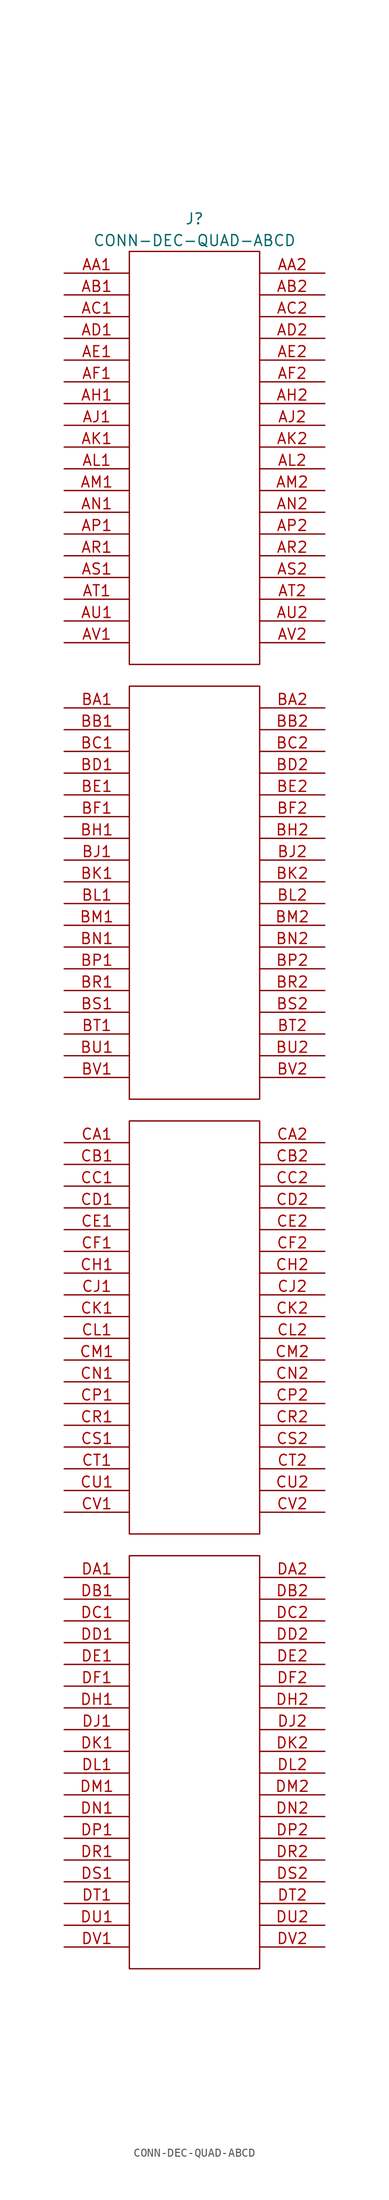
<source format=kicad_sym>
(kicad_symbol_lib
  (version 20231120)
  (generator "kicad_symbol_editor")
  (generator_version "8.0")
  (symbol "CONN-DEC-QUAD-ABCD"
    (pin_names
      (offset 1.016) hide)
    (property "Reference" "J"
      (at 0 26.67 0)
      (effects (font (size 1.27 1.27))))
    (property "Value" "CONN-DEC-QUAD-ABCD"
      (at 0 24.13 0)
      (effects (font (size 1.27 1.27))))
    (property "Footprint" ""
      (at -5.08 24.13 0)
      (effects (font (size 1.524 1.524))))
    (property "Datasheet" ""
      (at -5.08 24.13 0)
      (effects (font (size 1.524 1.524))))
    (symbol "CONN-DEC-QUAD-ABCD_0_0"
      (rectangle (start -7.62 -177.8) (end 7.62 -129.54) (stroke (width 0) (type solid)) (fill (type none)))
      (rectangle (start -7.62 -127) (end 7.62 -78.74) (stroke (width 0) (type solid)) (fill (type none)))
      (rectangle (start -7.62 -76.2) (end 7.62 -27.94) (stroke (width 0) (type solid)) (fill (type none)))
      (rectangle (start -7.62 -25.4) (end 7.62 22.86) (stroke (width 0) (type solid)) (fill (type none))))
    (symbol "CONN-DEC-QUAD-ABCD_1_1"
      (pin passive line (at -15.24 20.32 0) (length 7.62) (name "~" (effects (font (size 1.27 1.27)))) (number "AA1" (effects (font (size 1.27 1.27)))))
      (pin passive line (at 15.24 20.32 180) (length 7.62) (name "~" (effects (font (size 1.27 1.27)))) (number "AA2" (effects (font (size 1.27 1.27)))))
      (pin passive line (at -15.24 17.78 0) (length 7.62) (name "~" (effects (font (size 1.27 1.27)))) (number "AB1" (effects (font (size 1.27 1.27)))))
      (pin passive line (at 15.24 17.78 180) (length 7.62) (name "~" (effects (font (size 1.27 1.27)))) (number "AB2" (effects (font (size 1.27 1.27)))))
      (pin passive line (at -15.24 15.24 0) (length 7.62) (name "~" (effects (font (size 1.27 1.27)))) (number "AC1" (effects (font (size 1.27 1.27)))))
      (pin passive line (at 15.24 15.24 180) (length 7.62) (name "~" (effects (font (size 1.27 1.27)))) (number "AC2" (effects (font (size 1.27 1.27)))))
      (pin passive line (at -15.24 12.7 0) (length 7.62) (name "~" (effects (font (size 1.27 1.27)))) (number "AD1" (effects (font (size 1.27 1.27)))))
      (pin passive line (at 15.24 12.7 180) (length 7.62) (name "~" (effects (font (size 1.27 1.27)))) (number "AD2" (effects (font (size 1.27 1.27)))))
      (pin passive line (at -15.24 10.16 0) (length 7.62) (name "~" (effects (font (size 1.27 1.27)))) (number "AE1" (effects (font (size 1.27 1.27)))))
      (pin passive line (at 15.24 10.16 180) (length 7.62) (name "~" (effects (font (size 1.27 1.27)))) (number "AE2" (effects (font (size 1.27 1.27)))))
      (pin passive line (at -15.24 7.62 0) (length 7.62) (name "~" (effects (font (size 1.27 1.27)))) (number "AF1" (effects (font (size 1.27 1.27)))))
      (pin passive line (at 15.24 7.62 180) (length 7.62) (name "~" (effects (font (size 1.27 1.27)))) (number "AF2" (effects (font (size 1.27 1.27)))))
      (pin passive line (at -15.24 5.08 0) (length 7.62) (name "~" (effects (font (size 1.27 1.27)))) (number "AH1" (effects (font (size 1.27 1.27)))))
      (pin passive line (at 15.24 5.08 180) (length 7.62) (name "~" (effects (font (size 1.27 1.27)))) (number "AH2" (effects (font (size 1.27 1.27)))))
      (pin passive line (at -15.24 2.54 0) (length 7.62) (name "~" (effects (font (size 1.27 1.27)))) (number "AJ1" (effects (font (size 1.27 1.27)))))
      (pin input line (at 15.24 2.54 180) (length 7.62) (name "~" (effects (font (size 1.27 1.27)))) (number "AJ2" (effects (font (size 1.27 1.27)))))
      (pin passive line (at -15.24 0 0) (length 7.62) (name "~" (effects (font (size 1.27 1.27)))) (number "AK1" (effects (font (size 1.27 1.27)))))
      (pin passive line (at 15.24 0 180) (length 7.62) (name "~" (effects (font (size 1.27 1.27)))) (number "AK2" (effects (font (size 1.27 1.27)))))
      (pin passive line (at -15.24 -2.54 0) (length 7.62) (name "~" (effects (font (size 1.27 1.27)))) (number "AL1" (effects (font (size 1.27 1.27)))))
      (pin passive line (at 15.24 -2.54 180) (length 7.62) (name "~" (effects (font (size 1.27 1.27)))) (number "AL2" (effects (font (size 1.27 1.27)))))
      (pin passive line (at -15.24 -5.08 0) (length 7.62) (name "~" (effects (font (size 1.27 1.27)))) (number "AM1" (effects (font (size 1.27 1.27)))))
      (pin passive line (at 15.24 -5.08 180) (length 7.62) (name "~" (effects (font (size 1.27 1.27)))) (number "AM2" (effects (font (size 1.27 1.27)))))
      (pin passive line (at -15.24 -7.62 0) (length 7.62) (name "~" (effects (font (size 1.27 1.27)))) (number "AN1" (effects (font (size 1.27 1.27)))))
      (pin passive line (at 15.24 -7.62 180) (length 7.62) (name "~" (effects (font (size 1.27 1.27)))) (number "AN2" (effects (font (size 1.27 1.27)))))
      (pin passive line (at -15.24 -10.16 0) (length 7.62) (name "~" (effects (font (size 1.27 1.27)))) (number "AP1" (effects (font (size 1.27 1.27)))))
      (pin passive line (at 15.24 -10.16 180) (length 7.62) (name "~" (effects (font (size 1.27 1.27)))) (number "AP2" (effects (font (size 1.27 1.27)))))
      (pin passive line (at -15.24 -12.7 0) (length 7.62) (name "~" (effects (font (size 1.27 1.27)))) (number "AR1" (effects (font (size 1.27 1.27)))))
      (pin passive line (at 15.24 -12.7 180) (length 7.62) (name "~" (effects (font (size 1.27 1.27)))) (number "AR2" (effects (font (size 1.27 1.27)))))
      (pin passive line (at -15.24 -15.24 0) (length 7.62) (name "~" (effects (font (size 1.27 1.27)))) (number "AS1" (effects (font (size 1.27 1.27)))))
      (pin passive line (at 15.24 -15.24 180) (length 7.62) (name "~" (effects (font (size 1.27 1.27)))) (number "AS2" (effects (font (size 1.27 1.27)))))
      (pin passive line (at -15.24 -17.78 0) (length 7.62) (name "~" (effects (font (size 1.27 1.27)))) (number "AT1" (effects (font (size 1.27 1.27)))))
      (pin passive line (at 15.24 -17.78 180) (length 7.62) (name "~" (effects (font (size 1.27 1.27)))) (number "AT2" (effects (font (size 1.27 1.27)))))
      (pin passive line (at -15.24 -20.32 0) (length 7.62) (name "~" (effects (font (size 1.27 1.27)))) (number "AU1" (effects (font (size 1.27 1.27)))))
      (pin passive line (at 15.24 -20.32 180) (length 7.62) (name "~" (effects (font (size 1.27 1.27)))) (number "AU2" (effects (font (size 1.27 1.27)))))
      (pin passive line (at -15.24 -22.86 0) (length 7.62) (name "~" (effects (font (size 1.27 1.27)))) (number "AV1" (effects (font (size 1.27 1.27)))))
      (pin passive line (at 15.24 -22.86 180) (length 7.62) (name "~" (effects (font (size 1.27 1.27)))) (number "AV2" (effects (font (size 1.27 1.27)))))
      (pin passive line (at -15.24 -30.48 0) (length 7.62) (name "~" (effects (font (size 1.27 1.27)))) (number "BA1" (effects (font (size 1.27 1.27)))))
      (pin passive line (at 15.24 -30.48 180) (length 7.62) (name "~" (effects (font (size 1.27 1.27)))) (number "BA2" (effects (font (size 1.27 1.27)))))
      (pin passive line (at -15.24 -33.02 0) (length 7.62) (name "~" (effects (font (size 1.27 1.27)))) (number "BB1" (effects (font (size 1.27 1.27)))))
      (pin passive line (at 15.24 -33.02 180) (length 7.62) (name "~" (effects (font (size 1.27 1.27)))) (number "BB2" (effects (font (size 1.27 1.27)))))
      (pin passive line (at -15.24 -35.56 0) (length 7.62) (name "~" (effects (font (size 1.27 1.27)))) (number "BC1" (effects (font (size 1.27 1.27)))))
      (pin passive line (at 15.24 -35.56 180) (length 7.62) (name "~" (effects (font (size 1.27 1.27)))) (number "BC2" (effects (font (size 1.27 1.27)))))
      (pin passive line (at -15.24 -38.1 0) (length 7.62) (name "~" (effects (font (size 1.27 1.27)))) (number "BD1" (effects (font (size 1.27 1.27)))))
      (pin passive line (at 15.24 -38.1 180) (length 7.62) (name "~" (effects (font (size 1.27 1.27)))) (number "BD2" (effects (font (size 1.27 1.27)))))
      (pin passive line (at -15.24 -40.64 0) (length 7.62) (name "~" (effects (font (size 1.27 1.27)))) (number "BE1" (effects (font (size 1.27 1.27)))))
      (pin passive line (at 15.24 -40.64 180) (length 7.62) (name "~" (effects (font (size 1.27 1.27)))) (number "BE2" (effects (font (size 1.27 1.27)))))
      (pin passive line (at -15.24 -43.18 0) (length 7.62) (name "~" (effects (font (size 1.27 1.27)))) (number "BF1" (effects (font (size 1.27 1.27)))))
      (pin passive line (at 15.24 -43.18 180) (length 7.62) (name "~" (effects (font (size 1.27 1.27)))) (number "BF2" (effects (font (size 1.27 1.27)))))
      (pin passive line (at -15.24 -45.72 0) (length 7.62) (name "~" (effects (font (size 1.27 1.27)))) (number "BH1" (effects (font (size 1.27 1.27)))))
      (pin passive line (at 15.24 -45.72 180) (length 7.62) (name "~" (effects (font (size 1.27 1.27)))) (number "BH2" (effects (font (size 1.27 1.27)))))
      (pin passive line (at -15.24 -48.26 0) (length 7.62) (name "~" (effects (font (size 1.27 1.27)))) (number "BJ1" (effects (font (size 1.27 1.27)))))
      (pin passive line (at 15.24 -48.26 180) (length 7.62) (name "~" (effects (font (size 1.27 1.27)))) (number "BJ2" (effects (font (size 1.27 1.27)))))
      (pin passive line (at -15.24 -50.8 0) (length 7.62) (name "~" (effects (font (size 1.27 1.27)))) (number "BK1" (effects (font (size 1.27 1.27)))))
      (pin passive line (at 15.24 -50.8 180) (length 7.62) (name "~" (effects (font (size 1.27 1.27)))) (number "BK2" (effects (font (size 1.27 1.27)))))
      (pin passive line (at -15.24 -53.34 0) (length 7.62) (name "~" (effects (font (size 1.27 1.27)))) (number "BL1" (effects (font (size 1.27 1.27)))))
      (pin passive line (at 15.24 -53.34 180) (length 7.62) (name "~" (effects (font (size 1.27 1.27)))) (number "BL2" (effects (font (size 1.27 1.27)))))
      (pin passive line (at -15.24 -55.88 0) (length 7.62) (name "~" (effects (font (size 1.27 1.27)))) (number "BM1" (effects (font (size 1.27 1.27)))))
      (pin passive line (at 15.24 -55.88 180) (length 7.62) (name "~" (effects (font (size 1.27 1.27)))) (number "BM2" (effects (font (size 1.27 1.27)))))
      (pin passive line (at -15.24 -58.42 0) (length 7.62) (name "~" (effects (font (size 1.27 1.27)))) (number "BN1" (effects (font (size 1.27 1.27)))))
      (pin passive line (at 15.24 -58.42 180) (length 7.62) (name "~" (effects (font (size 1.27 1.27)))) (number "BN2" (effects (font (size 1.27 1.27)))))
      (pin passive line (at -15.24 -60.96 0) (length 7.62) (name "~" (effects (font (size 1.27 1.27)))) (number "BP1" (effects (font (size 1.27 1.27)))))
      (pin passive line (at 15.24 -60.96 180) (length 7.62) (name "~" (effects (font (size 1.27 1.27)))) (number "BP2" (effects (font (size 1.27 1.27)))))
      (pin passive line (at -15.24 -63.5 0) (length 7.62) (name "~" (effects (font (size 1.27 1.27)))) (number "BR1" (effects (font (size 1.27 1.27)))))
      (pin passive line (at 15.24 -63.5 180) (length 7.62) (name "~" (effects (font (size 1.27 1.27)))) (number "BR2" (effects (font (size 1.27 1.27)))))
      (pin passive line (at -15.24 -66.04 0) (length 7.62) (name "~" (effects (font (size 1.27 1.27)))) (number "BS1" (effects (font (size 1.27 1.27)))))
      (pin passive line (at 15.24 -66.04 180) (length 7.62) (name "~" (effects (font (size 1.27 1.27)))) (number "BS2" (effects (font (size 1.27 1.27)))))
      (pin passive line (at -15.24 -68.58 0) (length 7.62) (name "~" (effects (font (size 1.27 1.27)))) (number "BT1" (effects (font (size 1.27 1.27)))))
      (pin passive line (at 15.24 -68.58 180) (length 7.62) (name "~" (effects (font (size 1.27 1.27)))) (number "BT2" (effects (font (size 1.27 1.27)))))
      (pin passive line (at -15.24 -71.12 0) (length 7.62) (name "~" (effects (font (size 1.27 1.27)))) (number "BU1" (effects (font (size 1.27 1.27)))))
      (pin passive line (at 15.24 -71.12 180) (length 7.62) (name "~" (effects (font (size 1.27 1.27)))) (number "BU2" (effects (font (size 1.27 1.27)))))
      (pin passive line (at -15.24 -73.66 0) (length 7.62) (name "~" (effects (font (size 1.27 1.27)))) (number "BV1" (effects (font (size 1.27 1.27)))))
      (pin open_collector line (at 15.24 -73.66 180) (length 7.62) (name "~" (effects (font (size 1.27 1.27)))) (number "BV2" (effects (font (size 1.27 1.27)))))
      (pin passive line (at -15.24 -81.28 0) (length 7.62) (name "~" (effects (font (size 1.27 1.27)))) (number "CA1" (effects (font (size 1.27 1.27)))))
      (pin passive line (at 15.24 -81.28 180) (length 7.62) (name "~" (effects (font (size 1.27 1.27)))) (number "CA2" (effects (font (size 1.27 1.27)))))
      (pin passive line (at -15.24 -83.82 0) (length 7.62) (name "~" (effects (font (size 1.27 1.27)))) (number "CB1" (effects (font (size 1.27 1.27)))))
      (pin passive line (at 15.24 -83.82 180) (length 7.62) (name "~" (effects (font (size 1.27 1.27)))) (number "CB2" (effects (font (size 1.27 1.27)))))
      (pin passive line (at -15.24 -86.36 0) (length 7.62) (name "~" (effects (font (size 1.27 1.27)))) (number "CC1" (effects (font (size 1.27 1.27)))))
      (pin passive line (at 15.24 -86.36 180) (length 7.62) (name "~" (effects (font (size 1.27 1.27)))) (number "CC2" (effects (font (size 1.27 1.27)))))
      (pin passive line (at -15.24 -88.9 0) (length 7.62) (name "~" (effects (font (size 1.27 1.27)))) (number "CD1" (effects (font (size 1.27 1.27)))))
      (pin passive line (at 15.24 -88.9 180) (length 7.62) (name "~" (effects (font (size 1.27 1.27)))) (number "CD2" (effects (font (size 1.27 1.27)))))
      (pin passive line (at -15.24 -91.44 0) (length 7.62) (name "~" (effects (font (size 1.27 1.27)))) (number "CE1" (effects (font (size 1.27 1.27)))))
      (pin passive line (at 15.24 -91.44 180) (length 7.62) (name "~" (effects (font (size 1.27 1.27)))) (number "CE2" (effects (font (size 1.27 1.27)))))
      (pin passive line (at -15.24 -93.98 0) (length 7.62) (name "~" (effects (font (size 1.27 1.27)))) (number "CF1" (effects (font (size 1.27 1.27)))))
      (pin passive line (at 15.24 -93.98 180) (length 7.62) (name "~" (effects (font (size 1.27 1.27)))) (number "CF2" (effects (font (size 1.27 1.27)))))
      (pin passive line (at -15.24 -96.52 0) (length 7.62) (name "~" (effects (font (size 1.27 1.27)))) (number "CH1" (effects (font (size 1.27 1.27)))))
      (pin passive line (at 15.24 -96.52 180) (length 7.62) (name "~" (effects (font (size 1.27 1.27)))) (number "CH2" (effects (font (size 1.27 1.27)))))
      (pin passive line (at -15.24 -99.06 0) (length 7.62) (name "~" (effects (font (size 1.27 1.27)))) (number "CJ1" (effects (font (size 1.27 1.27)))))
      (pin input line (at 15.24 -99.06 180) (length 7.62) (name "~" (effects (font (size 1.27 1.27)))) (number "CJ2" (effects (font (size 1.27 1.27)))))
      (pin passive line (at -15.24 -101.6 0) (length 7.62) (name "~" (effects (font (size 1.27 1.27)))) (number "CK1" (effects (font (size 1.27 1.27)))))
      (pin passive line (at 15.24 -101.6 180) (length 7.62) (name "~" (effects (font (size 1.27 1.27)))) (number "CK2" (effects (font (size 1.27 1.27)))))
      (pin passive line (at -15.24 -104.14 0) (length 7.62) (name "~" (effects (font (size 1.27 1.27)))) (number "CL1" (effects (font (size 1.27 1.27)))))
      (pin passive line (at 15.24 -104.14 180) (length 7.62) (name "~" (effects (font (size 1.27 1.27)))) (number "CL2" (effects (font (size 1.27 1.27)))))
      (pin passive line (at -15.24 -106.68 0) (length 7.62) (name "~" (effects (font (size 1.27 1.27)))) (number "CM1" (effects (font (size 1.27 1.27)))))
      (pin passive line (at 15.24 -106.68 180) (length 7.62) (name "~" (effects (font (size 1.27 1.27)))) (number "CM2" (effects (font (size 1.27 1.27)))))
      (pin passive line (at -15.24 -109.22 0) (length 7.62) (name "~" (effects (font (size 1.27 1.27)))) (number "CN1" (effects (font (size 1.27 1.27)))))
      (pin passive line (at 15.24 -109.22 180) (length 7.62) (name "~" (effects (font (size 1.27 1.27)))) (number "CN2" (effects (font (size 1.27 1.27)))))
      (pin passive line (at -15.24 -111.76 0) (length 7.62) (name "~" (effects (font (size 1.27 1.27)))) (number "CP1" (effects (font (size 1.27 1.27)))))
      (pin passive line (at 15.24 -111.76 180) (length 7.62) (name "~" (effects (font (size 1.27 1.27)))) (number "CP2" (effects (font (size 1.27 1.27)))))
      (pin passive line (at -15.24 -114.3 0) (length 7.62) (name "~" (effects (font (size 1.27 1.27)))) (number "CR1" (effects (font (size 1.27 1.27)))))
      (pin passive line (at 15.24 -114.3 180) (length 7.62) (name "~" (effects (font (size 1.27 1.27)))) (number "CR2" (effects (font (size 1.27 1.27)))))
      (pin passive line (at -15.24 -116.84 0) (length 7.62) (name "~" (effects (font (size 1.27 1.27)))) (number "CS1" (effects (font (size 1.27 1.27)))))
      (pin passive line (at 15.24 -116.84 180) (length 7.62) (name "~" (effects (font (size 1.27 1.27)))) (number "CS2" (effects (font (size 1.27 1.27)))))
      (pin passive line (at -15.24 -119.38 0) (length 7.62) (name "~" (effects (font (size 1.27 1.27)))) (number "CT1" (effects (font (size 1.27 1.27)))))
      (pin passive line (at 15.24 -119.38 180) (length 7.62) (name "~" (effects (font (size 1.27 1.27)))) (number "CT2" (effects (font (size 1.27 1.27)))))
      (pin passive line (at -15.24 -121.92 0) (length 7.62) (name "~" (effects (font (size 1.27 1.27)))) (number "CU1" (effects (font (size 1.27 1.27)))))
      (pin passive line (at 15.24 -121.92 180) (length 7.62) (name "~" (effects (font (size 1.27 1.27)))) (number "CU2" (effects (font (size 1.27 1.27)))))
      (pin passive line (at -15.24 -124.46 0) (length 7.62) (name "~" (effects (font (size 1.27 1.27)))) (number "CV1" (effects (font (size 1.27 1.27)))))
      (pin passive line (at 15.24 -124.46 180) (length 7.62) (name "~" (effects (font (size 1.27 1.27)))) (number "CV2" (effects (font (size 1.27 1.27)))))
      (pin passive line (at -15.24 -132.08 0) (length 7.62) (name "~" (effects (font (size 1.27 1.27)))) (number "DA1" (effects (font (size 1.27 1.27)))))
      (pin passive line (at 15.24 -132.08 180) (length 7.62) (name "~" (effects (font (size 1.27 1.27)))) (number "DA2" (effects (font (size 1.27 1.27)))))
      (pin passive line (at -15.24 -134.62 0) (length 7.62) (name "~" (effects (font (size 1.27 1.27)))) (number "DB1" (effects (font (size 1.27 1.27)))))
      (pin passive line (at 15.24 -134.62 180) (length 7.62) (name "~" (effects (font (size 1.27 1.27)))) (number "DB2" (effects (font (size 1.27 1.27)))))
      (pin passive line (at -15.24 -137.16 0) (length 7.62) (name "~" (effects (font (size 1.27 1.27)))) (number "DC1" (effects (font (size 1.27 1.27)))))
      (pin passive line (at 15.24 -137.16 180) (length 7.62) (name "~" (effects (font (size 1.27 1.27)))) (number "DC2" (effects (font (size 1.27 1.27)))))
      (pin passive line (at -15.24 -139.7 0) (length 7.62) (name "~" (effects (font (size 1.27 1.27)))) (number "DD1" (effects (font (size 1.27 1.27)))))
      (pin passive line (at 15.24 -139.7 180) (length 7.62) (name "~" (effects (font (size 1.27 1.27)))) (number "DD2" (effects (font (size 1.27 1.27)))))
      (pin passive line (at -15.24 -142.24 0) (length 7.62) (name "~" (effects (font (size 1.27 1.27)))) (number "DE1" (effects (font (size 1.27 1.27)))))
      (pin passive line (at 15.24 -142.24 180) (length 7.62) (name "~" (effects (font (size 1.27 1.27)))) (number "DE2" (effects (font (size 1.27 1.27)))))
      (pin passive line (at -15.24 -144.78 0) (length 7.62) (name "~" (effects (font (size 1.27 1.27)))) (number "DF1" (effects (font (size 1.27 1.27)))))
      (pin passive line (at 15.24 -144.78 180) (length 7.62) (name "~" (effects (font (size 1.27 1.27)))) (number "DF2" (effects (font (size 1.27 1.27)))))
      (pin passive line (at -15.24 -147.32 0) (length 7.62) (name "~" (effects (font (size 1.27 1.27)))) (number "DH1" (effects (font (size 1.27 1.27)))))
      (pin passive line (at 15.24 -147.32 180) (length 7.62) (name "~" (effects (font (size 1.27 1.27)))) (number "DH2" (effects (font (size 1.27 1.27)))))
      (pin passive line (at -15.24 -149.86 0) (length 7.62) (name "~" (effects (font (size 1.27 1.27)))) (number "DJ1" (effects (font (size 1.27 1.27)))))
      (pin passive line (at 15.24 -149.86 180) (length 7.62) (name "~" (effects (font (size 1.27 1.27)))) (number "DJ2" (effects (font (size 1.27 1.27)))))
      (pin passive line (at -15.24 -152.4 0) (length 7.62) (name "~" (effects (font (size 1.27 1.27)))) (number "DK1" (effects (font (size 1.27 1.27)))))
      (pin passive line (at 15.24 -152.4 180) (length 7.62) (name "~" (effects (font (size 1.27 1.27)))) (number "DK2" (effects (font (size 1.27 1.27)))))
      (pin passive line (at -15.24 -154.94 0) (length 7.62) (name "~" (effects (font (size 1.27 1.27)))) (number "DL1" (effects (font (size 1.27 1.27)))))
      (pin passive line (at 15.24 -154.94 180) (length 7.62) (name "~" (effects (font (size 1.27 1.27)))) (number "DL2" (effects (font (size 1.27 1.27)))))
      (pin passive line (at -15.24 -157.48 0) (length 7.62) (name "~" (effects (font (size 1.27 1.27)))) (number "DM1" (effects (font (size 1.27 1.27)))))
      (pin passive line (at 15.24 -157.48 180) (length 7.62) (name "~" (effects (font (size 1.27 1.27)))) (number "DM2" (effects (font (size 1.27 1.27)))))
      (pin passive line (at -15.24 -160.02 0) (length 7.62) (name "~" (effects (font (size 1.27 1.27)))) (number "DN1" (effects (font (size 1.27 1.27)))))
      (pin passive line (at 15.24 -160.02 180) (length 7.62) (name "~" (effects (font (size 1.27 1.27)))) (number "DN2" (effects (font (size 1.27 1.27)))))
      (pin passive line (at -15.24 -162.56 0) (length 7.62) (name "~" (effects (font (size 1.27 1.27)))) (number "DP1" (effects (font (size 1.27 1.27)))))
      (pin passive line (at 15.24 -162.56 180) (length 7.62) (name "~" (effects (font (size 1.27 1.27)))) (number "DP2" (effects (font (size 1.27 1.27)))))
      (pin passive line (at -15.24 -165.1 0) (length 7.62) (name "~" (effects (font (size 1.27 1.27)))) (number "DR1" (effects (font (size 1.27 1.27)))))
      (pin passive line (at 15.24 -165.1 180) (length 7.62) (name "~" (effects (font (size 1.27 1.27)))) (number "DR2" (effects (font (size 1.27 1.27)))))
      (pin passive line (at -15.24 -167.64 0) (length 7.62) (name "~" (effects (font (size 1.27 1.27)))) (number "DS1" (effects (font (size 1.27 1.27)))))
      (pin passive line (at 15.24 -167.64 180) (length 7.62) (name "~" (effects (font (size 1.27 1.27)))) (number "DS2" (effects (font (size 1.27 1.27)))))
      (pin passive line (at -15.24 -170.18 0) (length 7.62) (name "~" (effects (font (size 1.27 1.27)))) (number "DT1" (effects (font (size 1.27 1.27)))))
      (pin passive line (at 15.24 -170.18 180) (length 7.62) (name "~" (effects (font (size 1.27 1.27)))) (number "DT2" (effects (font (size 1.27 1.27)))))
      (pin passive line (at -15.24 -172.72 0) (length 7.62) (name "~" (effects (font (size 1.27 1.27)))) (number "DU1" (effects (font (size 1.27 1.27)))))
      (pin passive line (at 15.24 -172.72 180) (length 7.62) (name "~" (effects (font (size 1.27 1.27)))) (number "DU2" (effects (font (size 1.27 1.27)))))
      (pin passive line (at -15.24 -175.26 0) (length 7.62) (name "~" (effects (font (size 1.27 1.27)))) (number "DV1" (effects (font (size 1.27 1.27)))))
      (pin open_collector line (at 15.24 -175.26 180) (length 7.62) (name "~" (effects (font (size 1.27 1.27)))) (number "DV2" (effects (font (size 1.27 1.27))))))))
</source>
